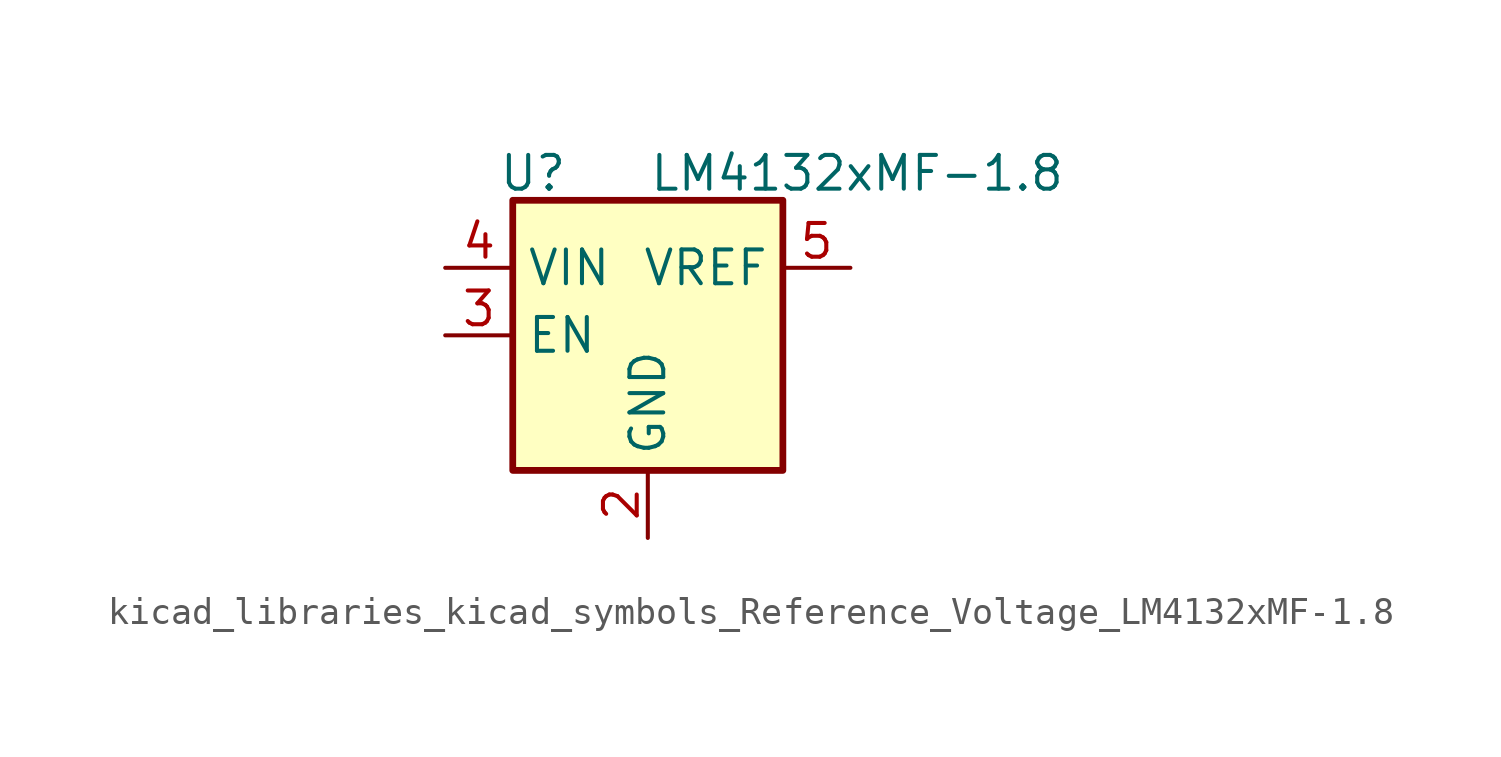
<source format=kicad_sym>
(kicad_symbol_lib
  (version 20220914)
  (generator kicad_symbol_editor)
  (symbol "kicad_libraries_kicad_symbols_Reference_Voltage_LM4132xMF-1.8"
    (property "Reference" "U"
      (at -4.318 6.096 0)
      (effects (font (size 1.27 1.27))))
    (property "Value" "LM4132xMF-1.8"
      (at 7.874 6.096 0)
      (effects (font (size 1.27 1.27))))
    (symbol "kicad_libraries_kicad_symbols_Reference_Voltage_LM4132xMF-1.8_0_1"
      (rectangle (start -5.08 5.08) (end 5.08 -5.08) (stroke (width 0.254) (type default)) (fill (type background))))
    (symbol "kicad_libraries_kicad_symbols_Reference_Voltage_LM4132xMF-1.8_1_1"
      (pin no_connect line (at 5.08 0 180) (length 2.54) hide (name "NC" (effects (font (size 1.27 1.27)))) (number "1" (effects (font (size 1.27 1.27)))))
      (pin power_in line (at 0 -7.62 90) (length 2.54) (name "GND" (effects (font (size 1.27 1.27)))) (number "2" (effects (font (size 1.27 1.27)))))
      (pin input line (at -7.62 0 0) (length 2.54) (name "EN" (effects (font (size 1.27 1.27)))) (number "3" (effects (font (size 1.27 1.27)))))
      (pin power_in line (at -7.62 2.54 0) (length 2.54) (name "VIN" (effects (font (size 1.27 1.27)))) (number "4" (effects (font (size 1.27 1.27)))))
      (pin power_out line (at 7.62 2.54 180) (length 2.54) (name "VREF" (effects (font (size 1.27 1.27)))) (number "5" (effects (font (size 1.27 1.27))))))))
</source>
